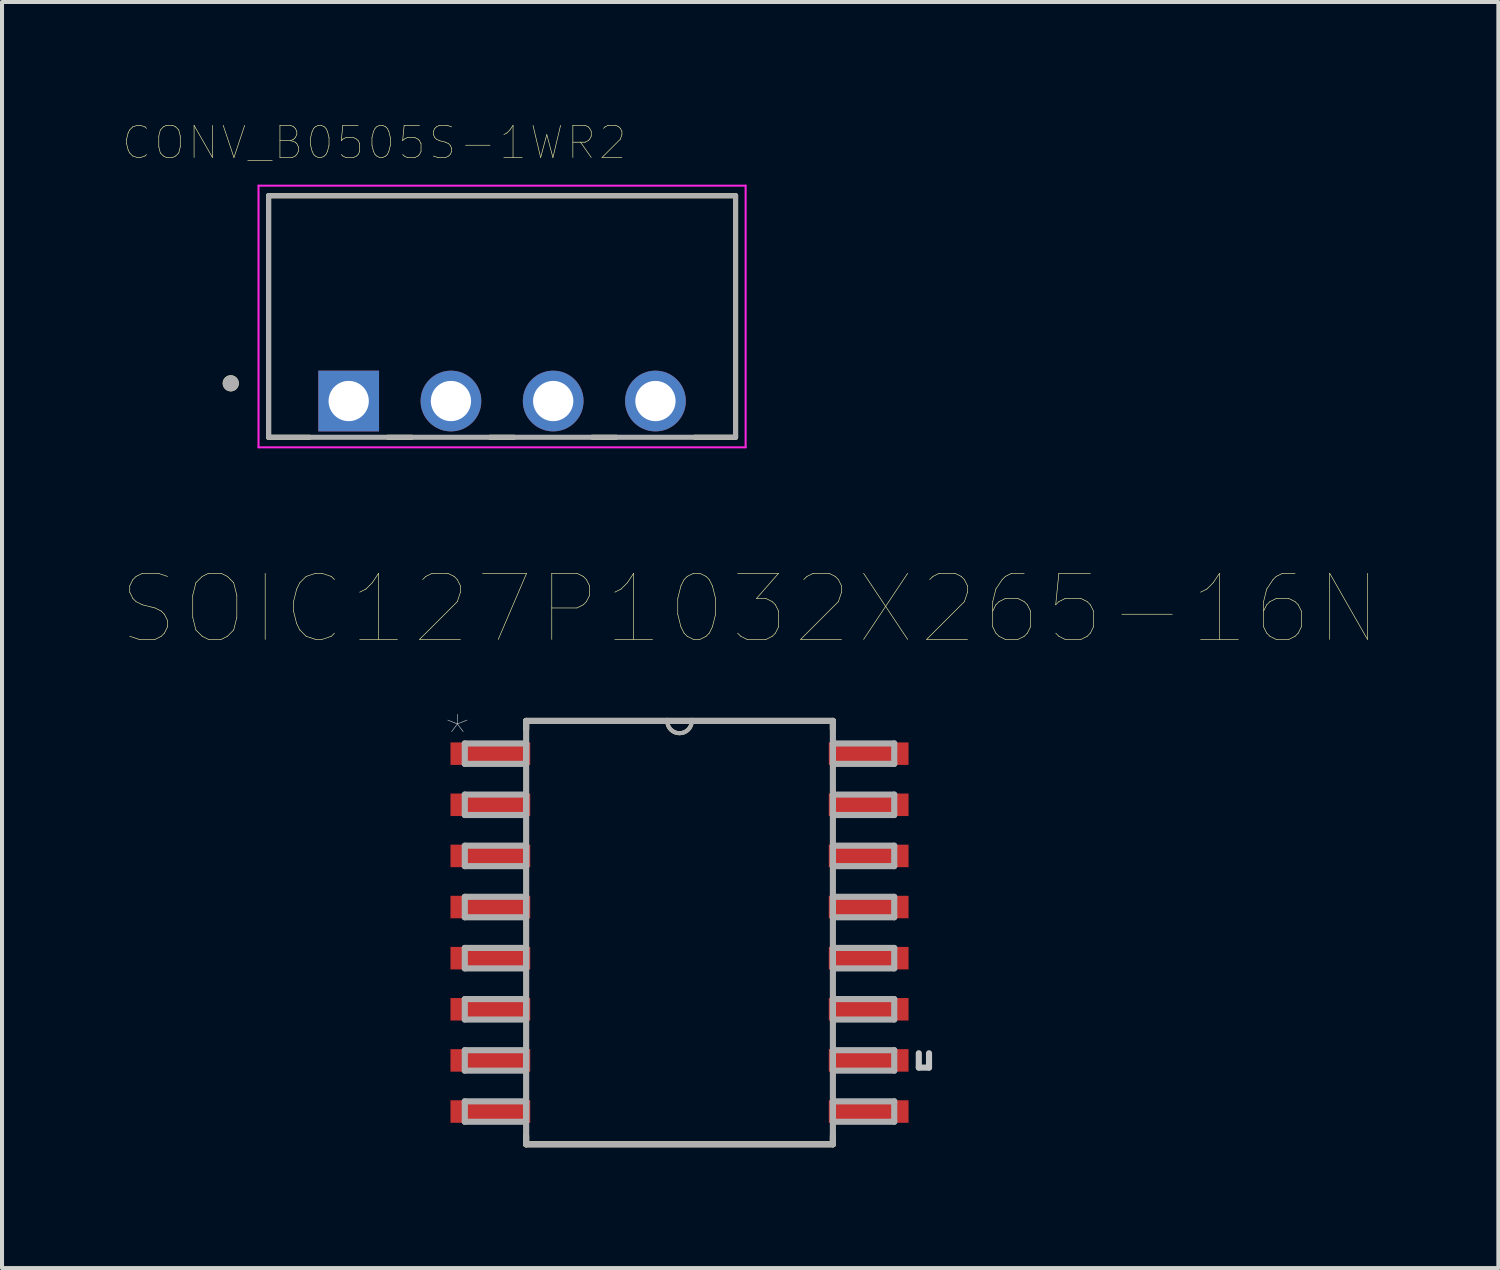
<source format=kicad_pcb>
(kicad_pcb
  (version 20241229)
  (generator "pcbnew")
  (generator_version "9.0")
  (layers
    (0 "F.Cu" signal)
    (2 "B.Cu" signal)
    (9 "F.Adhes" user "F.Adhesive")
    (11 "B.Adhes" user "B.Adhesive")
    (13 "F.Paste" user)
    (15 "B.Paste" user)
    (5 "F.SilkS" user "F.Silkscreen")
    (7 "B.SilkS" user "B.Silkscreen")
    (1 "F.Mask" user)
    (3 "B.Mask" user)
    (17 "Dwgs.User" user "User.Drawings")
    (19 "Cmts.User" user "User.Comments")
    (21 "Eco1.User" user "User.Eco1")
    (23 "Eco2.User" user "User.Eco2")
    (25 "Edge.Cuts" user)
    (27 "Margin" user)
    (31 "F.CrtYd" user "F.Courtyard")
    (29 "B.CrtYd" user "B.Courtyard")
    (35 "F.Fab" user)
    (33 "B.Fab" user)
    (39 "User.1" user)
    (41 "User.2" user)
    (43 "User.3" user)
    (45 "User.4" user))
  (footprint "SOIC127P1032X265-16N"
    (layer "F.Cu")
    (at 13.83 20.117)
    (property "Reference" "SOIC127P1032X265-16N" (at 1.756 -8.042 0) (layer "F.SilkS") (effects (font (size 1.643 1.643) (thickness 0.015))))
    (attr through_hole)
    (fp_line (start -3.81 -5.258) (end -3.81 -5.055) (stroke (width 0.152) (type solid)) (layer "F.SilkS"))
    (fp_line (start -3.81 5.055) (end -3.81 5.258) (stroke (width 0.152) (type solid)) (layer "F.SilkS"))
    (fp_line (start -3.81 5.258) (end 3.81 5.258) (stroke (width 0.152) (type solid)) (layer "F.SilkS"))
    (fp_line (start -0.305 -5.258) (end -3.81 -5.258) (stroke (width 0.152) (type solid)) (layer "F.SilkS"))
    (fp_line (start 0.305 -5.258) (end -0.305 -5.258) (stroke (width 0.152) (type solid)) (layer "F.SilkS"))
    (fp_line (start 3.81 -5.258) (end 0.305 -5.258) (stroke (width 0.152) (type solid)) (layer "F.SilkS"))
    (fp_line (start 3.81 -5.055) (end 3.81 -5.258) (stroke (width 0.152) (type solid)) (layer "F.SilkS"))
    (fp_line (start 3.81 5.258) (end 3.81 5.055) (stroke (width 0.152) (type solid)) (layer "F.SilkS"))
    (fp_arc (start 0.3048 -5.2578) (mid 0 -4.953) (end -0.3048 -5.2578) (stroke (width 0.1) (type solid)) (layer "F.SilkS"))
    (fp_line (start 5.944 3.353) (end 5.944 2.997) (stroke (width 0.152) (type solid)) (layer "Dwgs.User"))
    (fp_line (start 6.198 2.997) (end 6.198 3.353) (stroke (width 0.152) (type solid)) (layer "Dwgs.User"))
    (fp_line (start 6.198 3.353) (end 5.944 3.353) (stroke (width 0.152) (type solid)) (layer "Dwgs.User"))
    (fp_line (start -5.334 -4.699) (end -5.334 -4.191) (stroke (width 0.152) (type solid)) (layer "F.Fab"))
    (fp_line (start -5.334 -4.191) (end -3.81 -4.191) (stroke (width 0.152) (type solid)) (layer "F.Fab"))
    (fp_line (start -5.334 -3.429) (end -5.334 -2.921) (stroke (width 0.152) (type solid)) (layer "F.Fab"))
    (fp_line (start -5.334 -2.921) (end -3.81 -2.921) (stroke (width 0.152) (type solid)) (layer "F.Fab"))
    (fp_line (start -5.334 -2.159) (end -5.334 -1.651) (stroke (width 0.152) (type solid)) (layer "F.Fab"))
    (fp_line (start -5.334 -1.651) (end -3.81 -1.651) (stroke (width 0.152) (type solid)) (layer "F.Fab"))
    (fp_line (start -5.334 -0.889) (end -5.334 -0.381) (stroke (width 0.152) (type solid)) (layer "F.Fab"))
    (fp_line (start -5.334 -0.381) (end -3.81 -0.381) (stroke (width 0.152) (type solid)) (layer "F.Fab"))
    (fp_line (start -5.334 0.381) (end -5.334 0.889) (stroke (width 0.152) (type solid)) (layer "F.Fab"))
    (fp_line (start -5.334 0.889) (end -3.81 0.889) (stroke (width 0.152) (type solid)) (layer "F.Fab"))
    (fp_line (start -5.334 1.651) (end -5.334 2.159) (stroke (width 0.152) (type solid)) (layer "F.Fab"))
    (fp_line (start -5.334 2.159) (end -3.81 2.159) (stroke (width 0.152) (type solid)) (layer "F.Fab"))
    (fp_line (start -5.334 2.921) (end -5.334 3.429) (stroke (width 0.152) (type solid)) (layer "F.Fab"))
    (fp_line (start -5.334 3.429) (end -3.81 3.429) (stroke (width 0.152) (type solid)) (layer "F.Fab"))
    (fp_line (start -5.334 4.191) (end -5.334 4.699) (stroke (width 0.152) (type solid)) (layer "F.Fab"))
    (fp_line (start -5.334 4.699) (end -3.81 4.699) (stroke (width 0.152) (type solid)) (layer "F.Fab"))
    (fp_line (start -3.81 -5.258) (end -3.81 5.258) (stroke (width 0.152) (type solid)) (layer "F.Fab"))
    (fp_line (start -3.81 -4.699) (end -5.334 -4.699) (stroke (width 0.152) (type solid)) (layer "F.Fab"))
    (fp_line (start -3.81 -4.191) (end -3.81 -4.699) (stroke (width 0.152) (type solid)) (layer "F.Fab"))
    (fp_line (start -3.81 -3.429) (end -5.334 -3.429) (stroke (width 0.152) (type solid)) (layer "F.Fab"))
    (fp_line (start -3.81 -2.921) (end -3.81 -3.429) (stroke (width 0.152) (type solid)) (layer "F.Fab"))
    (fp_line (start -3.81 -2.159) (end -5.334 -2.159) (stroke (width 0.152) (type solid)) (layer "F.Fab"))
    (fp_line (start -3.81 -1.651) (end -3.81 -2.159) (stroke (width 0.152) (type solid)) (layer "F.Fab"))
    (fp_line (start -3.81 -0.889) (end -5.334 -0.889) (stroke (width 0.152) (type solid)) (layer "F.Fab"))
    (fp_line (start -3.81 -0.381) (end -3.81 -0.889) (stroke (width 0.152) (type solid)) (layer "F.Fab"))
    (fp_line (start -3.81 0.381) (end -5.334 0.381) (stroke (width 0.152) (type solid)) (layer "F.Fab"))
    (fp_line (start -3.81 0.889) (end -3.81 0.381) (stroke (width 0.152) (type solid)) (layer "F.Fab"))
    (fp_line (start -3.81 1.651) (end -5.334 1.651) (stroke (width 0.152) (type solid)) (layer "F.Fab"))
    (fp_line (start -3.81 2.159) (end -3.81 1.651) (stroke (width 0.152) (type solid)) (layer "F.Fab"))
    (fp_line (start -3.81 2.921) (end -5.334 2.921) (stroke (width 0.152) (type solid)) (layer "F.Fab"))
    (fp_line (start -3.81 3.429) (end -3.81 2.921) (stroke (width 0.152) (type solid)) (layer "F.Fab"))
    (fp_line (start -3.81 4.191) (end -5.334 4.191) (stroke (width 0.152) (type solid)) (layer "F.Fab"))
    (fp_line (start -3.81 4.699) (end -3.81 4.191) (stroke (width 0.152) (type solid)) (layer "F.Fab"))
    (fp_line (start -3.81 5.258) (end 3.81 5.258) (stroke (width 0.152) (type solid)) (layer "F.Fab"))
    (fp_line (start -0.305 -5.258) (end -3.81 -5.258) (stroke (width 0.152) (type solid)) (layer "F.Fab"))
    (fp_line (start 0.305 -5.258) (end -0.305 -5.258) (stroke (width 0.152) (type solid)) (layer "F.Fab"))
    (fp_line (start 3.81 -5.258) (end 0.305 -5.258) (stroke (width 0.152) (type solid)) (layer "F.Fab"))
    (fp_line (start 3.81 -4.699) (end 3.81 -4.191) (stroke (width 0.152) (type solid)) (layer "F.Fab"))
    (fp_line (start 3.81 -4.191) (end 5.334 -4.191) (stroke (width 0.152) (type solid)) (layer "F.Fab"))
    (fp_line (start 3.81 -3.429) (end 3.81 -2.921) (stroke (width 0.152) (type solid)) (layer "F.Fab"))
    (fp_line (start 3.81 -2.921) (end 5.334 -2.921) (stroke (width 0.152) (type solid)) (layer "F.Fab"))
    (fp_line (start 3.81 -2.159) (end 3.81 -1.651) (stroke (width 0.152) (type solid)) (layer "F.Fab"))
    (fp_line (start 3.81 -1.651) (end 5.334 -1.651) (stroke (width 0.152) (type solid)) (layer "F.Fab"))
    (fp_line (start 3.81 -0.889) (end 3.81 -0.381) (stroke (width 0.152) (type solid)) (layer "F.Fab"))
    (fp_line (start 3.81 -0.381) (end 5.334 -0.381) (stroke (width 0.152) (type solid)) (layer "F.Fab"))
    (fp_line (start 3.81 0.381) (end 3.81 0.889) (stroke (width 0.152) (type solid)) (layer "F.Fab"))
    (fp_line (start 3.81 0.889) (end 5.334 0.889) (stroke (width 0.152) (type solid)) (layer "F.Fab"))
    (fp_line (start 3.81 1.651) (end 3.81 2.159) (stroke (width 0.152) (type solid)) (layer "F.Fab"))
    (fp_line (start 3.81 2.159) (end 5.334 2.159) (stroke (width 0.152) (type solid)) (layer "F.Fab"))
    (fp_line (start 3.81 2.921) (end 3.81 3.429) (stroke (width 0.152) (type solid)) (layer "F.Fab"))
    (fp_line (start 3.81 3.429) (end 5.334 3.429) (stroke (width 0.152) (type solid)) (layer "F.Fab"))
    (fp_line (start 3.81 4.191) (end 3.81 4.699) (stroke (width 0.152) (type solid)) (layer "F.Fab"))
    (fp_line (start 3.81 4.699) (end 5.334 4.699) (stroke (width 0.152) (type solid)) (layer "F.Fab"))
    (fp_line (start 3.81 5.258) (end 3.81 -5.258) (stroke (width 0.152) (type solid)) (layer "F.Fab"))
    (fp_line (start 5.334 -4.699) (end 3.81 -4.699) (stroke (width 0.152) (type solid)) (layer "F.Fab"))
    (fp_line (start 5.334 -4.191) (end 5.334 -4.699) (stroke (width 0.152) (type solid)) (layer "F.Fab"))
    (fp_line (start 5.334 -3.429) (end 3.81 -3.429) (stroke (width 0.152) (type solid)) (layer "F.Fab"))
    (fp_line (start 5.334 -2.921) (end 5.334 -3.429) (stroke (width 0.152) (type solid)) (layer "F.Fab"))
    (fp_line (start 5.334 -2.159) (end 3.81 -2.159) (stroke (width 0.152) (type solid)) (layer "F.Fab"))
    (fp_line (start 5.334 -1.651) (end 5.334 -2.159) (stroke (width 0.152) (type solid)) (layer "F.Fab"))
    (fp_line (start 5.334 -0.889) (end 3.81 -0.889) (stroke (width 0.152) (type solid)) (layer "F.Fab"))
    (fp_line (start 5.334 -0.381) (end 5.334 -0.889) (stroke (width 0.152) (type solid)) (layer "F.Fab"))
    (fp_line (start 5.334 0.381) (end 3.81 0.381) (stroke (width 0.152) (type solid)) (layer "F.Fab"))
    (fp_line (start 5.334 0.889) (end 5.334 0.381) (stroke (width 0.152) (type solid)) (layer "F.Fab"))
    (fp_line (start 5.334 1.651) (end 3.81 1.651) (stroke (width 0.152) (type solid)) (layer "F.Fab"))
    (fp_line (start 5.334 2.159) (end 5.334 1.651) (stroke (width 0.152) (type solid)) (layer "F.Fab"))
    (fp_line (start 5.334 2.921) (end 3.81 2.921) (stroke (width 0.152) (type solid)) (layer "F.Fab"))
    (fp_line (start 5.334 3.429) (end 5.334 2.921) (stroke (width 0.152) (type solid)) (layer "F.Fab"))
    (fp_line (start 5.334 4.191) (end 3.81 4.191) (stroke (width 0.152) (type solid)) (layer "F.Fab"))
    (fp_line (start 5.334 4.699) (end 5.334 4.191) (stroke (width 0.152) (type solid)) (layer "F.Fab"))
    (fp_arc (start 0.3048 -5.2578) (mid 0 -4.953) (end -0.3048 -5.2578) (stroke (width 0.1) (type solid)) (layer "F.Fab"))
    (fp_text user "*" (at -5.518 -4.883 0) (layer "Dwgs.User") (effects (font (size 1.001 1.001) (thickness 0.015))))
    (pad "1" smd rect (at -4.699 -4.445) (size 1.981 0.559) (layers "F.Cu" "F.Mask" "F.Paste"))
    (pad "2" smd rect (at -4.699 -3.175) (size 1.981 0.559) (layers "F.Cu" "F.Mask" "F.Paste"))
    (pad "3" smd rect (at -4.699 -1.905) (size 1.981 0.559) (layers "F.Cu" "F.Mask" "F.Paste"))
    (pad "4" smd rect (at -4.699 -0.635) (size 1.981 0.559) (layers "F.Cu" "F.Mask" "F.Paste"))
    (pad "5" smd rect (at -4.699 0.635) (size 1.981 0.559) (layers "F.Cu" "F.Mask" "F.Paste"))
    (pad "6" smd rect (at -4.699 1.905) (size 1.981 0.559) (layers "F.Cu" "F.Mask" "F.Paste"))
    (pad "7" smd rect (at -4.699 3.175) (size 1.981 0.559) (layers "F.Cu" "F.Mask" "F.Paste"))
    (pad "8" smd rect (at -4.699 4.445) (size 1.981 0.559) (layers "F.Cu" "F.Mask" "F.Paste"))
    (pad "9" smd rect (at 4.699 4.445) (size 1.981 0.559) (layers "F.Cu" "F.Mask" "F.Paste"))
    (pad "10" smd rect (at 4.699 3.175) (size 1.981 0.559) (layers "F.Cu" "F.Mask" "F.Paste"))
    (pad "11" smd rect (at 4.699 1.905) (size 1.981 0.559) (layers "F.Cu" "F.Mask" "F.Paste"))
    (pad "12" smd rect (at 4.699 0.635) (size 1.981 0.559) (layers "F.Cu" "F.Mask" "F.Paste"))
    (pad "13" smd rect (at 4.699 -0.635) (size 1.981 0.559) (layers "F.Cu" "F.Mask" "F.Paste"))
    (pad "14" smd rect (at 4.699 -1.905) (size 1.981 0.559) (layers "F.Cu" "F.Mask" "F.Paste"))
    (pad "15" smd rect (at 4.699 -3.175) (size 1.981 0.559) (layers "F.Cu" "F.Mask" "F.Paste"))
    (pad "16" smd rect (at 4.699 -4.445) (size 1.981 0.559) (layers "F.Cu" "F.Mask" "F.Paste")))
  (footprint "CONV_B0505S-1WR2"
    (layer "F.Cu")
    (at 9.422 4.812)
    (property "Reference" "CONV_B0505S-1WR2" (at -3.175 -4.318 0) (layer "F.SilkS") (effects (font (size 0.8 0.8) (thickness 0.015))))
    (attr through_hole)
    (fp_line (start -5.8 -3) (end -5.8 3) (stroke (width 0.127) (type solid)) (layer "F.SilkS"))
    (fp_line (start -5.8 3) (end -4.785 3) (stroke (width 0.127) (type solid)) (layer "F.SilkS"))
    (fp_line (start -2.835 3) (end -2.245 3) (stroke (width 0.127) (type solid)) (layer "F.SilkS"))
    (fp_line (start -0.295 3) (end 0.295 3) (stroke (width 0.127) (type solid)) (layer "F.SilkS"))
    (fp_line (start 2.245 3) (end 2.835 3) (stroke (width 0.127) (type solid)) (layer "F.SilkS"))
    (fp_line (start 4.785 3) (end 5.8 3) (stroke (width 0.127) (type solid)) (layer "F.SilkS"))
    (fp_line (start 5.8 -3) (end -5.8 -3) (stroke (width 0.127) (type solid)) (layer "F.SilkS"))
    (fp_line (start 5.8 3) (end 5.8 -3) (stroke (width 0.127) (type solid)) (layer "F.SilkS"))
    (fp_circle (center -6.74 1.66) (end -6.64 1.66) (stroke (width 0.2) (type solid)) (fill no) (layer "F.SilkS"))
    (fp_line (start -6.05 -3.25) (end 6.05 -3.25) (stroke (width 0.05) (type solid)) (layer "F.CrtYd"))
    (fp_line (start -6.05 3.25) (end -6.05 -3.25) (stroke (width 0.05) (type solid)) (layer "F.CrtYd"))
    (fp_line (start 6.05 -3.25) (end 6.05 3.25) (stroke (width 0.05) (type solid)) (layer "F.CrtYd"))
    (fp_line (start 6.05 3.25) (end -6.05 3.25) (stroke (width 0.05) (type solid)) (layer "F.CrtYd"))
    (fp_line (start -5.8 -3) (end -5.8 3) (stroke (width 0.127) (type solid)) (layer "F.Fab"))
    (fp_line (start -5.8 3) (end 5.8 3) (stroke (width 0.127) (type solid)) (layer "F.Fab"))
    (fp_line (start 5.8 -3) (end -5.8 -3) (stroke (width 0.127) (type solid)) (layer "F.Fab"))
    (fp_line (start 5.8 3) (end 5.8 -3) (stroke (width 0.127) (type solid)) (layer "F.Fab"))
    (fp_circle (center -6.74 1.66) (end -6.64 1.66) (stroke (width 0.2) (type solid)) (fill no) (layer "F.Fab"))
    (pad "1" thru_hole rect (at -3.81 2.1) (size 1.508 1.508) (drill 1) (layers "*.Cu" "*.Mask"))
    (pad "2" thru_hole circle (at -1.27 2.1) (size 1.508 1.508) (drill 1) (layers "*.Cu" "*.Mask"))
    (pad "3" thru_hole circle (at 1.27 2.1) (size 1.508 1.508) (drill 1) (layers "*.Cu" "*.Mask"))
    (pad "4" thru_hole circle (at 3.81 2.1) (size 1.508 1.508) (drill 1) (layers "*.Cu" "*.Mask")))
  (gr_rect
    (start -3 -3)
    (end 34.171 28.451)
    (stroke (width 0.1) (type default))
    (fill no)
    (layer "Edge.Cuts")))
</source>
